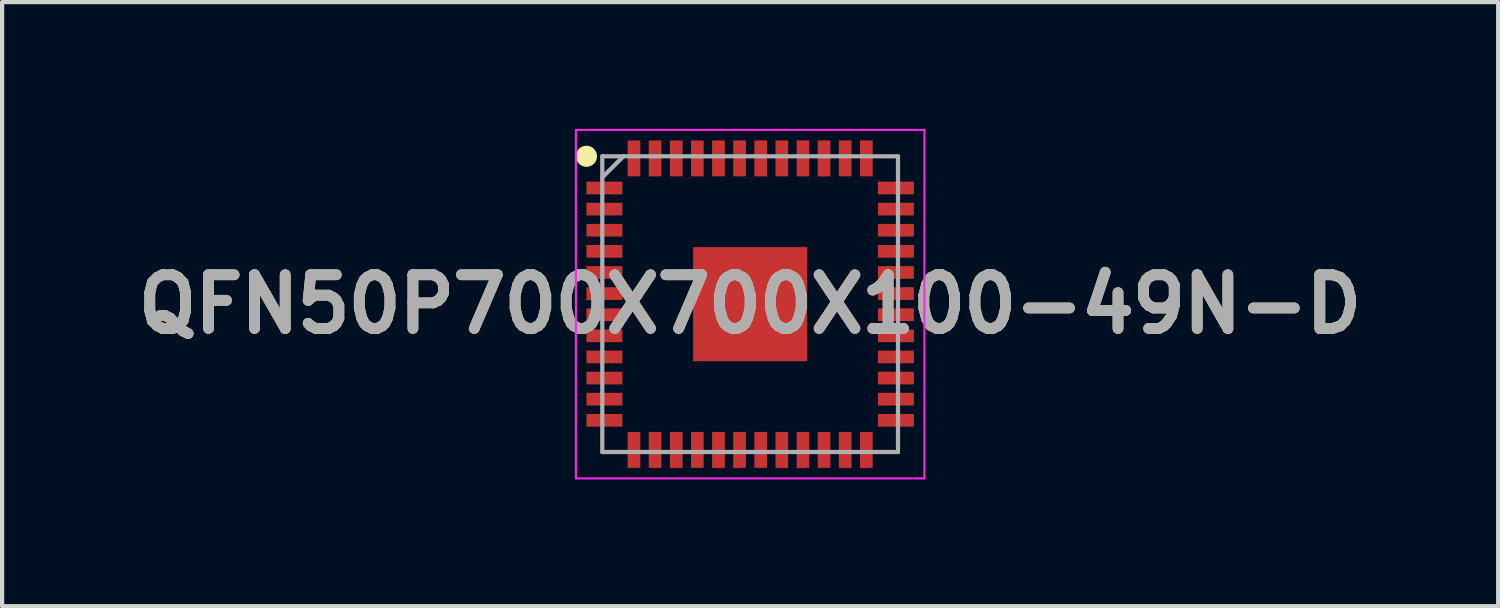
<source format=kicad_pcb>
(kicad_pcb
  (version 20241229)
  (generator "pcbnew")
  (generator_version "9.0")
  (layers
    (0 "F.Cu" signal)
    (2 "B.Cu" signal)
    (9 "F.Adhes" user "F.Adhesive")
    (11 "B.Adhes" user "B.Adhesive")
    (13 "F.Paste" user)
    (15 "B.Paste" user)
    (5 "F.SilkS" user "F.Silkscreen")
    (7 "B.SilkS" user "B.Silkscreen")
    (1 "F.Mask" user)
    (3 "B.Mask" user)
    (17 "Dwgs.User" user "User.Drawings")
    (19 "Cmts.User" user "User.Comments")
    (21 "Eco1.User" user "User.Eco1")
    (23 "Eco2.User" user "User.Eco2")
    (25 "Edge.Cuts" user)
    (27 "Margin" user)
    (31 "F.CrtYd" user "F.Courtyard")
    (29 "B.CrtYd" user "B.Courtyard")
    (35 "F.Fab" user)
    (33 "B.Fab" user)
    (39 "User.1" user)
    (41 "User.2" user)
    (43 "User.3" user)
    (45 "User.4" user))
  (footprint "QFN50P700X700X100-49N-D"
    (layer "F.Cu")
    (at 14.708 4.15)
    (property "Reference" "QFN50P700X700X100-49N-D" (at 0 0 0) (layer "F.SilkS") (effects (font (size 1.27 1.27) (thickness 0.254))))
    (attr smd)
    (fp_circle (center -3.875 -3.5) (end -3.875 -3.375) (stroke (width 0.25) (type solid)) (fill no) (layer "F.SilkS"))
    (fp_line (start -4.125 -4.125) (end 4.125 -4.125) (stroke (width 0.05) (type solid)) (layer "F.CrtYd"))
    (fp_line (start -4.125 4.125) (end -4.125 -4.125) (stroke (width 0.05) (type solid)) (layer "F.CrtYd"))
    (fp_line (start 4.125 -4.125) (end 4.125 4.125) (stroke (width 0.05) (type solid)) (layer "F.CrtYd"))
    (fp_line (start 4.125 4.125) (end -4.125 4.125) (stroke (width 0.05) (type solid)) (layer "F.CrtYd"))
    (fp_line (start -3.5 -3.5) (end 3.5 -3.5) (stroke (width 0.1) (type solid)) (layer "F.Fab"))
    (fp_line (start -3.5 -3) (end -3 -3.5) (stroke (width 0.1) (type solid)) (layer "F.Fab"))
    (fp_line (start -3.5 3.5) (end -3.5 -3.5) (stroke (width 0.1) (type solid)) (layer "F.Fab"))
    (fp_line (start 3.5 -3.5) (end 3.5 3.5) (stroke (width 0.1) (type solid)) (layer "F.Fab"))
    (fp_line (start 3.5 3.5) (end -3.5 3.5) (stroke (width 0.1) (type solid)) (layer "F.Fab"))
    (fp_text user "${REFERENCE}" (at 0 0 0) (layer "F.Fab") (effects (font (size 1.27 1.27) (thickness 0.254))))
    (pad "1" smd rect (at -3.45 -2.75 90) (size 0.3 0.85) (layers "F.Cu" "F.Mask" "F.Paste"))
    (pad "2" smd rect (at -3.45 -2.25 90) (size 0.3 0.85) (layers "F.Cu" "F.Mask" "F.Paste"))
    (pad "3" smd rect (at -3.45 -1.75 90) (size 0.3 0.85) (layers "F.Cu" "F.Mask" "F.Paste"))
    (pad "4" smd rect (at -3.45 -1.25 90) (size 0.3 0.85) (layers "F.Cu" "F.Mask" "F.Paste"))
    (pad "5" smd rect (at -3.45 -0.75 90) (size 0.3 0.85) (layers "F.Cu" "F.Mask" "F.Paste"))
    (pad "6" smd rect (at -3.45 -0.25 90) (size 0.3 0.85) (layers "F.Cu" "F.Mask" "F.Paste"))
    (pad "7" smd rect (at -3.45 0.25 90) (size 0.3 0.85) (layers "F.Cu" "F.Mask" "F.Paste"))
    (pad "8" smd rect (at -3.45 0.75 90) (size 0.3 0.85) (layers "F.Cu" "F.Mask" "F.Paste"))
    (pad "9" smd rect (at -3.45 1.25 90) (size 0.3 0.85) (layers "F.Cu" "F.Mask" "F.Paste"))
    (pad "10" smd rect (at -3.45 1.75 90) (size 0.3 0.85) (layers "F.Cu" "F.Mask" "F.Paste"))
    (pad "11" smd rect (at -3.45 2.25 90) (size 0.3 0.85) (layers "F.Cu" "F.Mask" "F.Paste"))
    (pad "12" smd rect (at -3.45 2.75 90) (size 0.3 0.85) (layers "F.Cu" "F.Mask" "F.Paste"))
    (pad "13" smd rect (at -2.75 3.45) (size 0.3 0.85) (layers "F.Cu" "F.Mask" "F.Paste"))
    (pad "14" smd rect (at -2.25 3.45) (size 0.3 0.85) (layers "F.Cu" "F.Mask" "F.Paste"))
    (pad "15" smd rect (at -1.75 3.45) (size 0.3 0.85) (layers "F.Cu" "F.Mask" "F.Paste"))
    (pad "16" smd rect (at -1.25 3.45) (size 0.3 0.85) (layers "F.Cu" "F.Mask" "F.Paste"))
    (pad "17" smd rect (at -0.75 3.45) (size 0.3 0.85) (layers "F.Cu" "F.Mask" "F.Paste"))
    (pad "18" smd rect (at -0.25 3.45) (size 0.3 0.85) (layers "F.Cu" "F.Mask" "F.Paste"))
    (pad "19" smd rect (at 0.25 3.45) (size 0.3 0.85) (layers "F.Cu" "F.Mask" "F.Paste"))
    (pad "20" smd rect (at 0.75 3.45) (size 0.3 0.85) (layers "F.Cu" "F.Mask" "F.Paste"))
    (pad "21" smd rect (at 1.25 3.45) (size 0.3 0.85) (layers "F.Cu" "F.Mask" "F.Paste"))
    (pad "22" smd rect (at 1.75 3.45) (size 0.3 0.85) (layers "F.Cu" "F.Mask" "F.Paste"))
    (pad "23" smd rect (at 2.25 3.45) (size 0.3 0.85) (layers "F.Cu" "F.Mask" "F.Paste"))
    (pad "24" smd rect (at 2.75 3.45) (size 0.3 0.85) (layers "F.Cu" "F.Mask" "F.Paste"))
    (pad "25" smd rect (at 3.45 2.75 90) (size 0.3 0.85) (layers "F.Cu" "F.Mask" "F.Paste"))
    (pad "26" smd rect (at 3.45 2.25 90) (size 0.3 0.85) (layers "F.Cu" "F.Mask" "F.Paste"))
    (pad "27" smd rect (at 3.45 1.75 90) (size 0.3 0.85) (layers "F.Cu" "F.Mask" "F.Paste"))
    (pad "28" smd rect (at 3.45 1.25 90) (size 0.3 0.85) (layers "F.Cu" "F.Mask" "F.Paste"))
    (pad "29" smd rect (at 3.45 0.75 90) (size 0.3 0.85) (layers "F.Cu" "F.Mask" "F.Paste"))
    (pad "30" smd rect (at 3.45 0.25 90) (size 0.3 0.85) (layers "F.Cu" "F.Mask" "F.Paste"))
    (pad "31" smd rect (at 3.45 -0.25 90) (size 0.3 0.85) (layers "F.Cu" "F.Mask" "F.Paste"))
    (pad "32" smd rect (at 3.45 -0.75 90) (size 0.3 0.85) (layers "F.Cu" "F.Mask" "F.Paste"))
    (pad "33" smd rect (at 3.45 -1.25 90) (size 0.3 0.85) (layers "F.Cu" "F.Mask" "F.Paste"))
    (pad "34" smd rect (at 3.45 -1.75 90) (size 0.3 0.85) (layers "F.Cu" "F.Mask" "F.Paste"))
    (pad "35" smd rect (at 3.45 -2.25 90) (size 0.3 0.85) (layers "F.Cu" "F.Mask" "F.Paste"))
    (pad "36" smd rect (at 3.45 -2.75 90) (size 0.3 0.85) (layers "F.Cu" "F.Mask" "F.Paste"))
    (pad "37" smd rect (at 2.75 -3.45) (size 0.3 0.85) (layers "F.Cu" "F.Mask" "F.Paste"))
    (pad "38" smd rect (at 2.25 -3.45) (size 0.3 0.85) (layers "F.Cu" "F.Mask" "F.Paste"))
    (pad "39" smd rect (at 1.75 -3.45) (size 0.3 0.85) (layers "F.Cu" "F.Mask" "F.Paste"))
    (pad "40" smd rect (at 1.25 -3.45) (size 0.3 0.85) (layers "F.Cu" "F.Mask" "F.Paste"))
    (pad "41" smd rect (at 0.75 -3.45) (size 0.3 0.85) (layers "F.Cu" "F.Mask" "F.Paste"))
    (pad "42" smd rect (at 0.25 -3.45) (size 0.3 0.85) (layers "F.Cu" "F.Mask" "F.Paste"))
    (pad "43" smd rect (at -0.25 -3.45) (size 0.3 0.85) (layers "F.Cu" "F.Mask" "F.Paste"))
    (pad "44" smd rect (at -0.75 -3.45) (size 0.3 0.85) (layers "F.Cu" "F.Mask" "F.Paste"))
    (pad "45" smd rect (at -1.25 -3.45) (size 0.3 0.85) (layers "F.Cu" "F.Mask" "F.Paste"))
    (pad "46" smd rect (at -1.75 -3.45) (size 0.3 0.85) (layers "F.Cu" "F.Mask" "F.Paste"))
    (pad "47" smd rect (at -2.25 -3.45) (size 0.3 0.85) (layers "F.Cu" "F.Mask" "F.Paste"))
    (pad "48" smd rect (at -2.75 -3.45) (size 0.3 0.85) (layers "F.Cu" "F.Mask" "F.Paste"))
    (pad "49" smd rect (at 0 0) (size 2.7 2.7) (layers "F.Cu" "F.Mask" "F.Paste")))
  (gr_rect
    (start -3 -3)
    (end 32.416 11.3)
    (stroke (width 0.1) (type default))
    (fill no)
    (layer "Edge.Cuts")))
</source>
